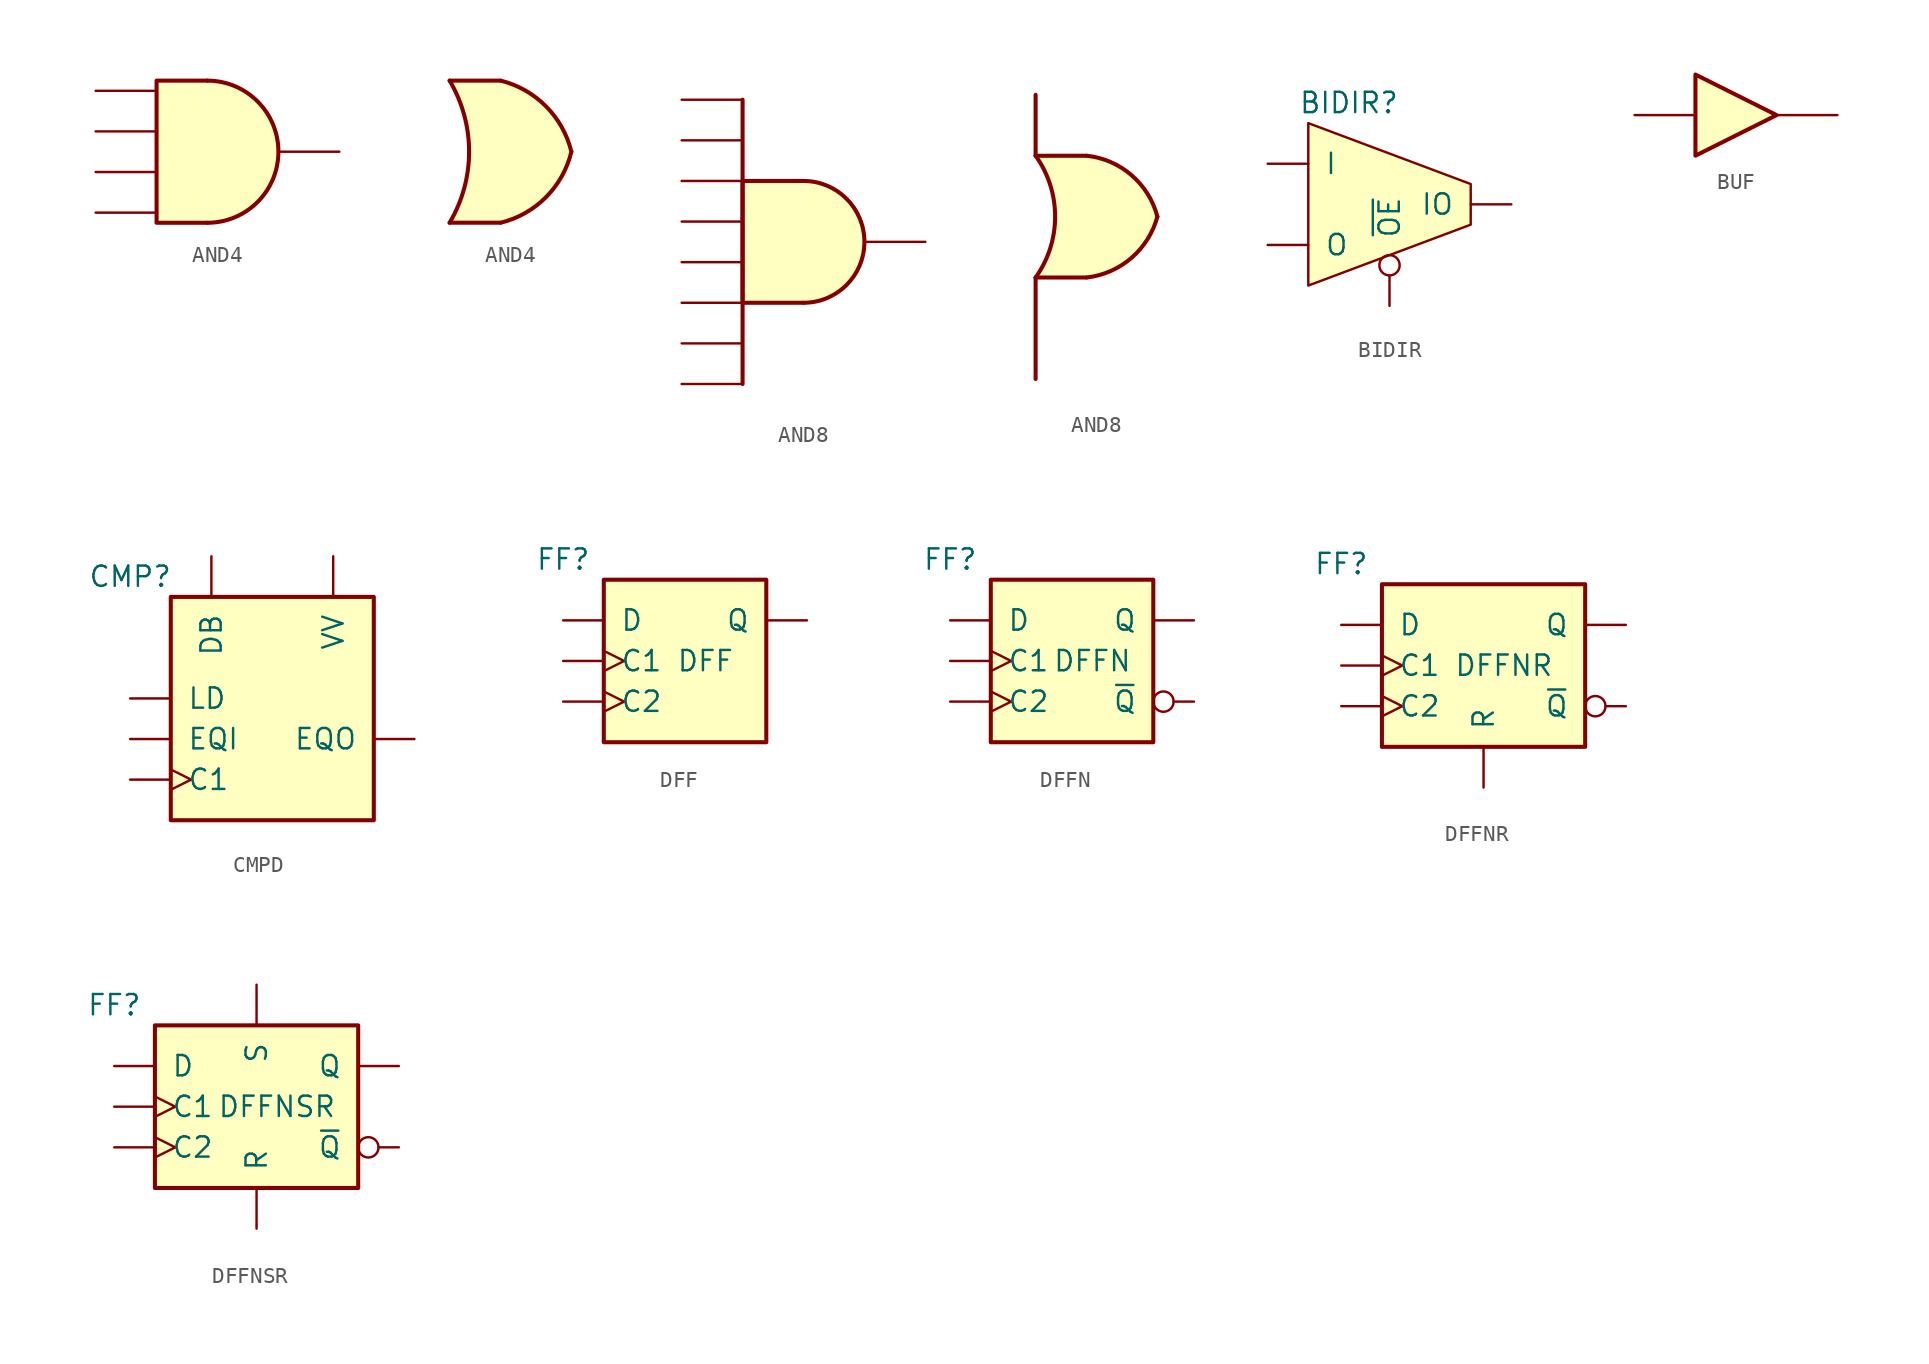
<source format=kicad_sym>
(kicad_symbol_lib
  (version 20211014)
  (generator kicad_symbol_editor)
  (symbol "AND4"
    (pin_numbers hide)
    (pin_names
      (offset 1.016))
    (property "Reference" "AND_"
      (at 0 0 0)
      (effects (font (size 1.27 1.27)) hide))
    (symbol "AND4_1_1"
      (arc (start -0.635 -4.445) (mid 3.81 0) (end -0.635 4.445) (stroke (width 0.254) (type default) (color 0 0 0 0)) (fill (type background)))
      (polyline (pts (xy -0.635 4.445) (xy -3.81 4.445) (xy -3.81 -4.445) (xy -0.635 -4.445)) (stroke (width 0.254) (type default) (color 0 0 0 0)) (fill (type background)))
      (pin output line (at 7.62 0 180) (length 3.81) (name "~" (effects (font (size 1.27 1.27)))) (number "1" (effects (font (size 1.27 1.27)))))
      (pin input line (at -7.62 3.81 0) (length 3.81) (name "~" (effects (font (size 1.27 1.27)))) (number "2" (effects (font (size 1.27 1.27)))))
      (pin input line (at -7.62 1.27 0) (length 3.81) (name "~" (effects (font (size 1.27 1.27)))) (number "3" (effects (font (size 1.27 1.27)))))
      (pin input line (at -7.62 -1.27 0) (length 3.81) (name "~" (effects (font (size 1.27 1.27)))) (number "4" (effects (font (size 1.27 1.27)))))
      (pin input line (at -7.62 -3.81 0) (length 3.81) (name "~" (effects (font (size 1.27 1.27)))) (number "5" (effects (font (size 1.27 1.27))))))
    (symbol "AND4_1_2"
      (arc (start -3.81 -4.445) (mid -2.5908 0) (end -3.81 4.445) (stroke (width 0.254) (type default) (color 0 0 0 0)) (fill (type none)))
      (arc (start -0.6096 -4.445) (mid 2.224 -2.8428) (end 3.81 0) (stroke (width 0.254) (type default) (color 0 0 0 0)) (fill (type background)))
      (polyline (pts (xy -3.81 -4.445) (xy -0.635 -4.445)) (stroke (width 0.254) (type default) (color 0 0 0 0)) (fill (type background)))
      (polyline (pts (xy -3.81 4.445) (xy -0.635 4.445)) (stroke (width 0.254) (type default) (color 0 0 0 0)) (fill (type background)))
      (polyline (pts (xy -0.635 4.445) (xy -3.81 4.445) (xy -3.81 4.445) (xy -3.632 4.089) (xy -3.099 2.921) (xy -2.769 1.676) (xy -2.616 0.432) (xy -2.642 -0.864) (xy -2.87 -2.108) (xy -3.251 -3.327) (xy -3.81 -4.445) (xy -3.81 -4.445) (xy -0.635 -4.445)) (stroke (width -25.4) (type default) (color 0 0 0 0)) (fill (type background)))
      (arc (start 3.81 0) (mid 2.2198 2.8386) (end -0.6096 4.445) (stroke (width 0.254) (type default) (color 0 0 0 0)) (fill (type background)))))
  (symbol "AND8"
    (pin_numbers hide)
    (pin_names
      (offset 1.016))
    (property "Reference" "AND_"
      (at 0 0 0)
      (effects (font (size 1.27 1.27)) hide))
    (symbol "AND8_1_1"
      (arc (start 0 -3.81) (mid 3.81 0) (end 0 3.81) (stroke (width 0.254) (type default) (color 0 0 0 0)) (fill (type background)))
      (polyline (pts (xy -3.81 8.89) (xy -3.81 -8.89)) (stroke (width 0.254) (type default) (color 0 0 0 0)) (fill (type none)))
      (polyline (pts (xy 0 3.81) (xy -3.81 3.81) (xy -3.81 -3.81) (xy 0 -3.81)) (stroke (width 0.254) (type default) (color 0 0 0 0)) (fill (type background)))
      (pin output line (at 7.62 0 180) (length 3.81) (name "~" (effects (font (size 1.27 1.27)))) (number "1" (effects (font (size 1.27 1.27)))))
      (pin input line (at -7.62 8.89 0) (length 3.81) (name "~" (effects (font (size 1.27 1.27)))) (number "2" (effects (font (size 1.27 1.27)))))
      (pin input line (at -7.62 6.35 0) (length 3.81) (name "~" (effects (font (size 1.27 1.27)))) (number "3" (effects (font (size 1.27 1.27)))))
      (pin input line (at -7.62 3.81 0) (length 3.81) (name "~" (effects (font (size 1.27 1.27)))) (number "4" (effects (font (size 1.27 1.27)))))
      (pin input line (at -7.62 1.27 0) (length 3.81) (name "~" (effects (font (size 1.27 1.27)))) (number "5" (effects (font (size 1.27 1.27)))))
      (pin input line (at -7.62 -1.27 0) (length 3.81) (name "~" (effects (font (size 1.27 1.27)))) (number "6" (effects (font (size 1.27 1.27)))))
      (pin input line (at -7.62 -3.81 0) (length 3.81) (name "~" (effects (font (size 1.27 1.27)))) (number "7" (effects (font (size 1.27 1.27)))))
      (pin input line (at -7.62 -6.35 0) (length 3.81) (name "~" (effects (font (size 1.27 1.27)))) (number "8" (effects (font (size 1.27 1.27)))))
      (pin input line (at -7.62 -8.89 0) (length 3.81) (name "~" (effects (font (size 1.27 1.27)))) (number "9" (effects (font (size 1.27 1.27))))))
    (symbol "AND8_1_2"
      (arc (start -3.81 -3.81) (mid -2.589 0) (end -3.81 3.81) (stroke (width 0.254) (type default) (color 0 0 0 0)) (fill (type none)))
      (arc (start -0.6096 -3.81) (mid 2.1855 -2.584) (end 3.81 0) (stroke (width 0.254) (type default) (color 0 0 0 0)) (fill (type background)))
      (polyline (pts (xy -3.81 -3.81) (xy -3.81 -10.16)) (stroke (width 0.254) (type default) (color 0 0 0 0)) (fill (type none)))
      (polyline (pts (xy -3.81 -3.81) (xy -0.635 -3.81)) (stroke (width 0.254) (type default) (color 0 0 0 0)) (fill (type background)))
      (polyline (pts (xy -3.81 3.81) (xy -0.635 3.81)) (stroke (width 0.254) (type default) (color 0 0 0 0)) (fill (type background)))
      (polyline (pts (xy -3.81 7.62) (xy -3.81 3.81)) (stroke (width 0.254) (type default) (color 0 0 0 0)) (fill (type none)))
      (polyline (pts (xy -0.635 3.81) (xy -3.81 3.81) (xy -3.81 3.81) (xy -3.556 3.404) (xy -3.023 2.261) (xy -2.692 1.041) (xy -2.616 -0.254) (xy -2.769 -1.499) (xy -3.175 -2.718) (xy -3.81 -3.81) (xy -3.81 -3.81) (xy -0.635 -3.81)) (stroke (width -25.4) (type default) (color 0 0 0 0)) (fill (type background)))
      (arc (start 3.81 0) (mid 2.1928 2.5925) (end -0.6096 3.81) (stroke (width 0.254) (type default) (color 0 0 0 0)) (fill (type background)))))
  (symbol "BIDIR"
    (pin_numbers hide)
    (pin_names
      (offset 1.016))
    (property "Reference" "BIDIR"
      (at -2.54 6.35 0)
      (effects (font (size 1.27 1.27))))
    (symbol "BIDIR_0_1"
      (polyline (pts (xy 5.08 0) (xy 5.08 1.27) (xy -5.08 5.08) (xy -5.08 -5.08) (xy 5.08 -1.27) (xy 5.08 0)) (stroke (width 0) (type default) (color 0 0 0 0)) (fill (type background))))
    (symbol "BIDIR_1_1"
      (pin bidirectional line (at 7.62 0 180) (length 2.54) (name "IO" (effects (font (size 1.27 1.27)))) (number "1" (effects (font (size 1.27 1.27)))))
      (pin input inverted (at 0 -6.35 90) (length 3.175) (name "~{OE}" (effects (font (size 1.27 1.27)))) (number "2" (effects (font (size 1.27 1.27)))))
      (pin output line (at -7.62 -2.54 0) (length 2.54) (name "O" (effects (font (size 1.27 1.27)))) (number "3" (effects (font (size 1.27 1.27)))))
      (pin input line (at -7.62 2.54 0) (length 2.54) (name "I" (effects (font (size 1.27 1.27)))) (number "4" (effects (font (size 1.27 1.27)))))))
  (symbol "BUF"
    (pin_numbers hide)
    (property "Reference" "BUF_"
      (at 0 3.81 0)
      (effects (font (size 1.27 1.27)) hide))
    (symbol "BUF_1_0"
      (polyline (pts (xy -2.54 2.54) (xy -2.54 -2.54) (xy 2.54 0) (xy -2.54 2.54)) (stroke (width 0.254) (type default) (color 0 0 0 0)) (fill (type background)))
      (pin output line (at 6.35 0 180) (length 3.81) (name "~" (effects (font (size 1.27 1.27)))) (number "1" (effects (font (size 1.27 1.27)))))
      (pin input line (at -6.35 0 0) (length 3.81) (name "~" (effects (font (size 1.27 1.27)))) (number "2" (effects (font (size 1.27 1.27)))))))
  (symbol "CMPD"
    (pin_numbers hide)
    (pin_names
      (offset 1.016))
    (property "Reference" "CMP"
      (at -8.89 11.43 0)
      (effects (font (size 1.27 1.27))))
    (symbol "CMPD_1_1"
      (rectangle (start -6.35 10.16) (end 6.35 -3.81) (stroke (width 0.254) (type default) (color 0 0 0 0)) (fill (type background)))
      (pin input line (at -3.81 12.7 270) (length 2.54) (name "DB" (effects (font (size 1.27 1.27)))) (number "1" (effects (font (size 1.27 1.27)))))
      (pin input line (at 3.81 12.7 270) (length 2.54) (name "VV" (effects (font (size 1.27 1.27)))) (number "2" (effects (font (size 1.27 1.27)))))
      (pin input line (at -8.89 3.81 0) (length 2.54) (name "LD" (effects (font (size 1.27 1.27)))) (number "3" (effects (font (size 1.27 1.27)))))
      (pin input clock (at -8.89 -1.27 0) (length 2.54) (name "C1" (effects (font (size 1.27 1.27)))) (number "4" (effects (font (size 1.27 1.27)))))
      (pin input line (at -8.89 1.27 0) (length 2.54) (name "EQI" (effects (font (size 1.27 1.27)))) (number "5" (effects (font (size 1.27 1.27)))))
      (pin output line (at 8.89 1.27 180) (length 2.54) (name "EQO" (effects (font (size 1.27 1.27)))) (number "6" (effects (font (size 1.27 1.27)))))))
  (symbol "DFF"
    (pin_numbers hide)
    (pin_names
      (offset 1.016))
    (property "Reference" "FF"
      (at -7.62 6.35 0)
      (effects (font (size 1.27 1.27))))
    (property "Value" "DFF"
      (at 1.27 0 0)
      (effects (font (size 1.27 1.27))))
    (symbol "DFF_1_1"
      (rectangle (start -5.08 5.08) (end 5.08 -5.08) (stroke (width 0.254) (type default) (color 0 0 0 0)) (fill (type background)))
      (pin output line (at 7.62 2.54 180) (length 2.54) (name "Q" (effects (font (size 1.27 1.27)))) (number "1" (effects (font (size 1.27 1.27)))))
      (pin input line (at -7.62 2.54 0) (length 2.54) (name "D" (effects (font (size 1.27 1.27)))) (number "3" (effects (font (size 1.27 1.27)))))
      (pin input clock (at -7.62 0 0) (length 2.54) (name "C1" (effects (font (size 1.27 1.27)))) (number "4" (effects (font (size 1.27 1.27)))))
      (pin input clock (at -7.62 -2.54 0) (length 2.54) (name "C2" (effects (font (size 1.27 1.27)))) (number "5" (effects (font (size 1.27 1.27)))))))
  (symbol "DFFN"
    (pin_numbers hide)
    (pin_names
      (offset 1.016))
    (property "Reference" "FF"
      (at -7.62 6.35 0)
      (effects (font (size 1.27 1.27))))
    (property "Value" "DFFN"
      (at 1.27 0 0)
      (effects (font (size 1.27 1.27))))
    (symbol "DFFN_1_1"
      (rectangle (start -5.08 5.08) (end 5.08 -5.08) (stroke (width 0.254) (type default) (color 0 0 0 0)) (fill (type background)))
      (pin output line (at 7.62 2.54 180) (length 2.54) (name "Q" (effects (font (size 1.27 1.27)))) (number "1" (effects (font (size 1.27 1.27)))))
      (pin output inverted (at 7.62 -2.54 180) (length 2.54) (name "~{Q}" (effects (font (size 1.27 1.27)))) (number "2" (effects (font (size 1.27 1.27)))))
      (pin input line (at -7.62 2.54 0) (length 2.54) (name "D" (effects (font (size 1.27 1.27)))) (number "3" (effects (font (size 1.27 1.27)))))
      (pin input clock (at -7.62 0 0) (length 2.54) (name "C1" (effects (font (size 1.27 1.27)))) (number "4" (effects (font (size 1.27 1.27)))))
      (pin input clock (at -7.62 -2.54 0) (length 2.54) (name "C2" (effects (font (size 1.27 1.27)))) (number "5" (effects (font (size 1.27 1.27)))))))
  (symbol "DFFNR"
    (pin_numbers hide)
    (pin_names
      (offset 1.016))
    (property "Reference" "FF"
      (at -8.89 6.35 0)
      (effects (font (size 1.27 1.27))))
    (property "Value" "DFFNR"
      (at 1.27 0 0)
      (effects (font (size 1.27 1.27))))
    (symbol "DFFNR_1_1"
      (rectangle (start -6.35 5.08) (end 6.35 -5.08) (stroke (width 0.254) (type default) (color 0 0 0 0)) (fill (type background)))
      (pin output line (at 8.89 2.54 180) (length 2.54) (name "Q" (effects (font (size 1.27 1.27)))) (number "1" (effects (font (size 1.27 1.27)))))
      (pin output inverted (at 8.89 -2.54 180) (length 2.54) (name "~{Q}" (effects (font (size 1.27 1.27)))) (number "2" (effects (font (size 1.27 1.27)))))
      (pin input line (at -8.89 2.54 0) (length 2.54) (name "D" (effects (font (size 1.27 1.27)))) (number "3" (effects (font (size 1.27 1.27)))))
      (pin input clock (at -8.89 0 0) (length 2.54) (name "C1" (effects (font (size 1.27 1.27)))) (number "4" (effects (font (size 1.27 1.27)))))
      (pin input clock (at -8.89 -2.54 0) (length 2.54) (name "C2" (effects (font (size 1.27 1.27)))) (number "5" (effects (font (size 1.27 1.27)))))
      (pin input line (at 0 -7.62 90) (length 2.54) (name "R" (effects (font (size 1.27 1.27)))) (number "6" (effects (font (size 1.27 1.27)))))))
  (symbol "DFFNSR"
    (pin_numbers hide)
    (pin_names
      (offset 1.016))
    (property "Reference" "FF"
      (at -8.89 6.35 0)
      (effects (font (size 1.27 1.27))))
    (property "Value" "DFFNSR"
      (at 1.27 0 0)
      (effects (font (size 1.27 1.27))))
    (symbol "DFFNSR_1_1"
      (rectangle (start -6.35 5.08) (end 6.35 -5.08) (stroke (width 0.254) (type default) (color 0 0 0 0)) (fill (type background)))
      (pin output line (at 8.89 2.54 180) (length 2.54) (name "Q" (effects (font (size 1.27 1.27)))) (number "1" (effects (font (size 1.27 1.27)))))
      (pin output inverted (at 8.89 -2.54 180) (length 2.54) (name "~{Q}" (effects (font (size 1.27 1.27)))) (number "2" (effects (font (size 1.27 1.27)))))
      (pin input line (at -8.89 2.54 0) (length 2.54) (name "D" (effects (font (size 1.27 1.27)))) (number "3" (effects (font (size 1.27 1.27)))))
      (pin input clock (at -8.89 0 0) (length 2.54) (name "C1" (effects (font (size 1.27 1.27)))) (number "4" (effects (font (size 1.27 1.27)))))
      (pin input clock (at -8.89 -2.54 0) (length 2.54) (name "C2" (effects (font (size 1.27 1.27)))) (number "5" (effects (font (size 1.27 1.27)))))
      (pin input line (at 0 -7.62 90) (length 2.54) (name "R" (effects (font (size 1.27 1.27)))) (number "6" (effects (font (size 1.27 1.27)))))
      (pin input line (at 0 7.62 270) (length 2.54) (name "S" (effects (font (size 1.27 1.27)))) (number "7" (effects (font (size 1.27 1.27))))))))
</source>
